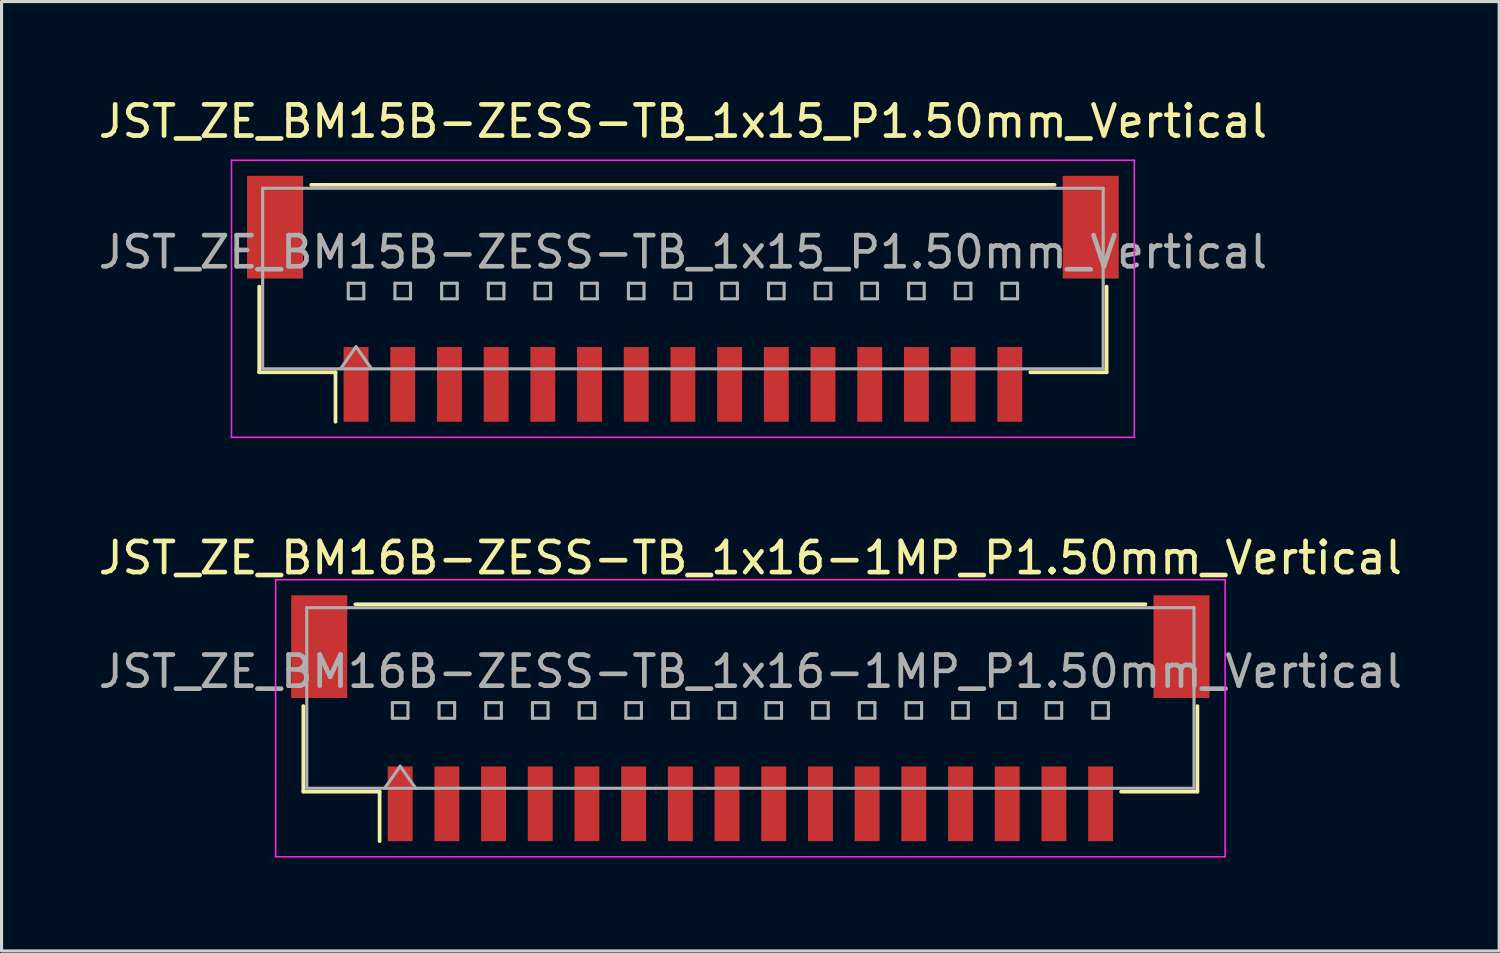
<source format=kicad_pcb>
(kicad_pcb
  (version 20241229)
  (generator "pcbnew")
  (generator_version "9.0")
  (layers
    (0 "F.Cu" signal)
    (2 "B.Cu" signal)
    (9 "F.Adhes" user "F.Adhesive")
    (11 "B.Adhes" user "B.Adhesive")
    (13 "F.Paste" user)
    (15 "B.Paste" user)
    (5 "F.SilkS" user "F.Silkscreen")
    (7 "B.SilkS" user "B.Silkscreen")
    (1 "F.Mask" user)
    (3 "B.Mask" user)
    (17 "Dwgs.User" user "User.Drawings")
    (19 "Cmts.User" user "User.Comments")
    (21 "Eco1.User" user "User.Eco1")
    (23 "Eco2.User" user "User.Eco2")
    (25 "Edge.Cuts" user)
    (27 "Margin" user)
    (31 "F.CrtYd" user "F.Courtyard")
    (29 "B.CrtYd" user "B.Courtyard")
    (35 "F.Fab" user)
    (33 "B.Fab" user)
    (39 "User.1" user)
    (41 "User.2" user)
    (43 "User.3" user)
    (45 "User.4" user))
  (footprint "JST_ZE_BM16B-ZESS-TB_1x16-1MP_P1.50mm_Vertical"
    (layer "F.Cu")
    (at 21.054 20.021)
    (property "Reference" "JST_ZE_BM16B-ZESS-TB_1x16-1MP_P1.50mm_Vertical" (at 0 -5.15 0) (layer "F.SilkS") (effects (font (size 1 1) (thickness 0.15))))
    (attr smd)
    (fp_line (start -14.36 -0.39) (end -14.36 2.36) (stroke (width 0.12) (type solid)) (layer "F.SilkS"))
    (fp_line (start -14.36 2.36) (end -11.91 2.36) (stroke (width 0.12) (type solid)) (layer "F.SilkS"))
    (fp_line (start -12.69 -3.66) (end 12.69 -3.66) (stroke (width 0.12) (type solid)) (layer "F.SilkS"))
    (fp_line (start -11.91 2.36) (end -11.91 3.95) (stroke (width 0.12) (type solid)) (layer "F.SilkS"))
    (fp_line (start 14.36 -0.39) (end 14.36 2.36) (stroke (width 0.12) (type solid)) (layer "F.SilkS"))
    (fp_line (start 14.36 2.36) (end 11.91 2.36) (stroke (width 0.12) (type solid)) (layer "F.SilkS"))
    (fp_line (start -15.25 -4.45) (end -15.25 4.45) (stroke (width 0.05) (type solid)) (layer "F.CrtYd"))
    (fp_line (start -15.25 4.45) (end 15.25 4.45) (stroke (width 0.05) (type solid)) (layer "F.CrtYd"))
    (fp_line (start 15.25 -4.45) (end -15.25 -4.45) (stroke (width 0.05) (type solid)) (layer "F.CrtYd"))
    (fp_line (start 15.25 4.45) (end 15.25 -4.45) (stroke (width 0.05) (type solid)) (layer "F.CrtYd"))
    (fp_line (start -14.25 -3.55) (end 14.25 -3.55) (stroke (width 0.1) (type solid)) (layer "F.Fab"))
    (fp_line (start -14.25 2.25) (end -14.25 -3.55) (stroke (width 0.1) (type solid)) (layer "F.Fab"))
    (fp_line (start -14.25 2.25) (end 14.25 2.25) (stroke (width 0.1) (type solid)) (layer "F.Fab"))
    (fp_line (start -11.75 2.25) (end -11.25 1.543) (stroke (width 0.1) (type solid)) (layer "F.Fab"))
    (fp_line (start -11.5 -0.5) (end -11.5 0) (stroke (width 0.1) (type solid)) (layer "F.Fab"))
    (fp_line (start -11.5 0) (end -11 0) (stroke (width 0.1) (type solid)) (layer "F.Fab"))
    (fp_line (start -11.25 1.543) (end -10.75 2.25) (stroke (width 0.1) (type solid)) (layer "F.Fab"))
    (fp_line (start -11 -0.5) (end -11.5 -0.5) (stroke (width 0.1) (type solid)) (layer "F.Fab"))
    (fp_line (start -11 0) (end -11 -0.5) (stroke (width 0.1) (type solid)) (layer "F.Fab"))
    (fp_line (start -10 -0.5) (end -10 0) (stroke (width 0.1) (type solid)) (layer "F.Fab"))
    (fp_line (start -10 0) (end -9.5 0) (stroke (width 0.1) (type solid)) (layer "F.Fab"))
    (fp_line (start -9.5 -0.5) (end -10 -0.5) (stroke (width 0.1) (type solid)) (layer "F.Fab"))
    (fp_line (start -9.5 0) (end -9.5 -0.5) (stroke (width 0.1) (type solid)) (layer "F.Fab"))
    (fp_line (start -8.5 -0.5) (end -8.5 0) (stroke (width 0.1) (type solid)) (layer "F.Fab"))
    (fp_line (start -8.5 0) (end -8 0) (stroke (width 0.1) (type solid)) (layer "F.Fab"))
    (fp_line (start -8 -0.5) (end -8.5 -0.5) (stroke (width 0.1) (type solid)) (layer "F.Fab"))
    (fp_line (start -8 0) (end -8 -0.5) (stroke (width 0.1) (type solid)) (layer "F.Fab"))
    (fp_line (start -7 -0.5) (end -7 0) (stroke (width 0.1) (type solid)) (layer "F.Fab"))
    (fp_line (start -7 0) (end -6.5 0) (stroke (width 0.1) (type solid)) (layer "F.Fab"))
    (fp_line (start -6.5 -0.5) (end -7 -0.5) (stroke (width 0.1) (type solid)) (layer "F.Fab"))
    (fp_line (start -6.5 0) (end -6.5 -0.5) (stroke (width 0.1) (type solid)) (layer "F.Fab"))
    (fp_line (start -5.5 -0.5) (end -5.5 0) (stroke (width 0.1) (type solid)) (layer "F.Fab"))
    (fp_line (start -5.5 0) (end -5 0) (stroke (width 0.1) (type solid)) (layer "F.Fab"))
    (fp_line (start -5 -0.5) (end -5.5 -0.5) (stroke (width 0.1) (type solid)) (layer "F.Fab"))
    (fp_line (start -5 0) (end -5 -0.5) (stroke (width 0.1) (type solid)) (layer "F.Fab"))
    (fp_line (start -4 -0.5) (end -4 0) (stroke (width 0.1) (type solid)) (layer "F.Fab"))
    (fp_line (start -4 0) (end -3.5 0) (stroke (width 0.1) (type solid)) (layer "F.Fab"))
    (fp_line (start -3.5 -0.5) (end -4 -0.5) (stroke (width 0.1) (type solid)) (layer "F.Fab"))
    (fp_line (start -3.5 0) (end -3.5 -0.5) (stroke (width 0.1) (type solid)) (layer "F.Fab"))
    (fp_line (start -2.5 -0.5) (end -2.5 0) (stroke (width 0.1) (type solid)) (layer "F.Fab"))
    (fp_line (start -2.5 0) (end -2 0) (stroke (width 0.1) (type solid)) (layer "F.Fab"))
    (fp_line (start -2 -0.5) (end -2.5 -0.5) (stroke (width 0.1) (type solid)) (layer "F.Fab"))
    (fp_line (start -2 0) (end -2 -0.5) (stroke (width 0.1) (type solid)) (layer "F.Fab"))
    (fp_line (start -1 -0.5) (end -1 0) (stroke (width 0.1) (type solid)) (layer "F.Fab"))
    (fp_line (start -1 0) (end -0.5 0) (stroke (width 0.1) (type solid)) (layer "F.Fab"))
    (fp_line (start -0.5 -0.5) (end -1 -0.5) (stroke (width 0.1) (type solid)) (layer "F.Fab"))
    (fp_line (start -0.5 0) (end -0.5 -0.5) (stroke (width 0.1) (type solid)) (layer "F.Fab"))
    (fp_line (start 0.5 -0.5) (end 0.5 0) (stroke (width 0.1) (type solid)) (layer "F.Fab"))
    (fp_line (start 0.5 0) (end 1 0) (stroke (width 0.1) (type solid)) (layer "F.Fab"))
    (fp_line (start 1 -0.5) (end 0.5 -0.5) (stroke (width 0.1) (type solid)) (layer "F.Fab"))
    (fp_line (start 1 0) (end 1 -0.5) (stroke (width 0.1) (type solid)) (layer "F.Fab"))
    (fp_line (start 2 -0.5) (end 2 0) (stroke (width 0.1) (type solid)) (layer "F.Fab"))
    (fp_line (start 2 0) (end 2.5 0) (stroke (width 0.1) (type solid)) (layer "F.Fab"))
    (fp_line (start 2.5 -0.5) (end 2 -0.5) (stroke (width 0.1) (type solid)) (layer "F.Fab"))
    (fp_line (start 2.5 0) (end 2.5 -0.5) (stroke (width 0.1) (type solid)) (layer "F.Fab"))
    (fp_line (start 3.5 -0.5) (end 3.5 0) (stroke (width 0.1) (type solid)) (layer "F.Fab"))
    (fp_line (start 3.5 0) (end 4 0) (stroke (width 0.1) (type solid)) (layer "F.Fab"))
    (fp_line (start 4 -0.5) (end 3.5 -0.5) (stroke (width 0.1) (type solid)) (layer "F.Fab"))
    (fp_line (start 4 0) (end 4 -0.5) (stroke (width 0.1) (type solid)) (layer "F.Fab"))
    (fp_line (start 5 -0.5) (end 5 0) (stroke (width 0.1) (type solid)) (layer "F.Fab"))
    (fp_line (start 5 0) (end 5.5 0) (stroke (width 0.1) (type solid)) (layer "F.Fab"))
    (fp_line (start 5.5 -0.5) (end 5 -0.5) (stroke (width 0.1) (type solid)) (layer "F.Fab"))
    (fp_line (start 5.5 0) (end 5.5 -0.5) (stroke (width 0.1) (type solid)) (layer "F.Fab"))
    (fp_line (start 6.5 -0.5) (end 6.5 0) (stroke (width 0.1) (type solid)) (layer "F.Fab"))
    (fp_line (start 6.5 0) (end 7 0) (stroke (width 0.1) (type solid)) (layer "F.Fab"))
    (fp_line (start 7 -0.5) (end 6.5 -0.5) (stroke (width 0.1) (type solid)) (layer "F.Fab"))
    (fp_line (start 7 0) (end 7 -0.5) (stroke (width 0.1) (type solid)) (layer "F.Fab"))
    (fp_line (start 8 -0.5) (end 8 0) (stroke (width 0.1) (type solid)) (layer "F.Fab"))
    (fp_line (start 8 0) (end 8.5 0) (stroke (width 0.1) (type solid)) (layer "F.Fab"))
    (fp_line (start 8.5 -0.5) (end 8 -0.5) (stroke (width 0.1) (type solid)) (layer "F.Fab"))
    (fp_line (start 8.5 0) (end 8.5 -0.5) (stroke (width 0.1) (type solid)) (layer "F.Fab"))
    (fp_line (start 9.5 -0.5) (end 9.5 0) (stroke (width 0.1) (type solid)) (layer "F.Fab"))
    (fp_line (start 9.5 0) (end 10 0) (stroke (width 0.1) (type solid)) (layer "F.Fab"))
    (fp_line (start 10 -0.5) (end 9.5 -0.5) (stroke (width 0.1) (type solid)) (layer "F.Fab"))
    (fp_line (start 10 0) (end 10 -0.5) (stroke (width 0.1) (type solid)) (layer "F.Fab"))
    (fp_line (start 11 -0.5) (end 11 0) (stroke (width 0.1) (type solid)) (layer "F.Fab"))
    (fp_line (start 11 0) (end 11.5 0) (stroke (width 0.1) (type solid)) (layer "F.Fab"))
    (fp_line (start 11.5 -0.5) (end 11 -0.5) (stroke (width 0.1) (type solid)) (layer "F.Fab"))
    (fp_line (start 11.5 0) (end 11.5 -0.5) (stroke (width 0.1) (type solid)) (layer "F.Fab"))
    (fp_line (start 14.25 2.25) (end 14.25 -3.55) (stroke (width 0.1) (type solid)) (layer "F.Fab"))
    (fp_text user "${REFERENCE}" (at 0 -1.5 0) (layer "F.Fab") (effects (font (size 1 1) (thickness 0.15))))
    (pad "1" smd rect (at -11.25 2.75) (size 0.8 2.4) (layers "F.Cu" "F.Mask" "F.Paste"))
    (pad "2" smd rect (at -9.75 2.75) (size 0.8 2.4) (layers "F.Cu" "F.Mask" "F.Paste"))
    (pad "3" smd rect (at -8.25 2.75) (size 0.8 2.4) (layers "F.Cu" "F.Mask" "F.Paste"))
    (pad "4" smd rect (at -6.75 2.75) (size 0.8 2.4) (layers "F.Cu" "F.Mask" "F.Paste"))
    (pad "5" smd rect (at -5.25 2.75) (size 0.8 2.4) (layers "F.Cu" "F.Mask" "F.Paste"))
    (pad "6" smd rect (at -3.75 2.75) (size 0.8 2.4) (layers "F.Cu" "F.Mask" "F.Paste"))
    (pad "7" smd rect (at -2.25 2.75) (size 0.8 2.4) (layers "F.Cu" "F.Mask" "F.Paste"))
    (pad "8" smd rect (at -0.75 2.75) (size 0.8 2.4) (layers "F.Cu" "F.Mask" "F.Paste"))
    (pad "9" smd rect (at 0.75 2.75) (size 0.8 2.4) (layers "F.Cu" "F.Mask" "F.Paste"))
    (pad "10" smd rect (at 2.25 2.75) (size 0.8 2.4) (layers "F.Cu" "F.Mask" "F.Paste"))
    (pad "11" smd rect (at 3.75 2.75) (size 0.8 2.4) (layers "F.Cu" "F.Mask" "F.Paste"))
    (pad "12" smd rect (at 5.25 2.75) (size 0.8 2.4) (layers "F.Cu" "F.Mask" "F.Paste"))
    (pad "13" smd rect (at 6.75 2.75) (size 0.8 2.4) (layers "F.Cu" "F.Mask" "F.Paste"))
    (pad "14" smd rect (at 8.25 2.75) (size 0.8 2.4) (layers "F.Cu" "F.Mask" "F.Paste"))
    (pad "15" smd rect (at 9.75 2.75) (size 0.8 2.4) (layers "F.Cu" "F.Mask" "F.Paste"))
    (pad "16" smd rect (at 11.25 2.75) (size 0.8 2.4) (layers "F.Cu" "F.Mask" "F.Paste"))
    (pad "MP" smd rect (at -13.85 -2.3) (size 1.8 3.3) (layers "F.Cu" "F.Mask" "F.Paste"))
    (pad "MP" smd rect (at 13.85 -2.3) (size 1.8 3.3) (layers "F.Cu" "F.Mask" "F.Paste")))
  (footprint "JST_ZE_BM15B-ZESS-TB_1x15_P1.50mm_Vertical"
    (layer "F.Cu")
    (at 18.887 6.548)
    (property "Reference" "JST_ZE_BM15B-ZESS-TB_1x15_P1.50mm_Vertical" (at 0 -5.7 0) (layer "F.SilkS") (effects (font (size 1 1) (thickness 0.15))))
    (attr smd)
    (fp_line (start -13.61 -0.39) (end -13.61 2.36) (stroke (width 0.12) (type solid)) (layer "F.SilkS"))
    (fp_line (start -13.61 2.36) (end -11.16 2.36) (stroke (width 0.12) (type solid)) (layer "F.SilkS"))
    (fp_line (start -11.94 -3.66) (end 11.94 -3.66) (stroke (width 0.12) (type solid)) (layer "F.SilkS"))
    (fp_line (start -11.16 2.36) (end -11.16 3.95) (stroke (width 0.12) (type solid)) (layer "F.SilkS"))
    (fp_line (start 13.61 -0.39) (end 13.61 2.36) (stroke (width 0.12) (type solid)) (layer "F.SilkS"))
    (fp_line (start 13.61 2.36) (end 11.16 2.36) (stroke (width 0.12) (type solid)) (layer "F.SilkS"))
    (fp_line (start -14.5 -4.45) (end -14.5 4.45) (stroke (width 0.05) (type solid)) (layer "F.CrtYd"))
    (fp_line (start -14.5 4.45) (end 14.5 4.45) (stroke (width 0.05) (type solid)) (layer "F.CrtYd"))
    (fp_line (start 14.5 -4.45) (end -14.5 -4.45) (stroke (width 0.05) (type solid)) (layer "F.CrtYd"))
    (fp_line (start 14.5 4.45) (end 14.5 -4.45) (stroke (width 0.05) (type solid)) (layer "F.CrtYd"))
    (fp_line (start -13.5 -3.55) (end 13.5 -3.55) (stroke (width 0.1) (type solid)) (layer "F.Fab"))
    (fp_line (start -13.5 2.25) (end -13.5 -3.55) (stroke (width 0.1) (type solid)) (layer "F.Fab"))
    (fp_line (start -13.5 2.25) (end 13.5 2.25) (stroke (width 0.1) (type solid)) (layer "F.Fab"))
    (fp_line (start -11 2.25) (end -10.5 1.543) (stroke (width 0.1) (type solid)) (layer "F.Fab"))
    (fp_line (start -10.75 -0.5) (end -10.75 0) (stroke (width 0.1) (type solid)) (layer "F.Fab"))
    (fp_line (start -10.75 0) (end -10.25 0) (stroke (width 0.1) (type solid)) (layer "F.Fab"))
    (fp_line (start -10.5 1.543) (end -10 2.25) (stroke (width 0.1) (type solid)) (layer "F.Fab"))
    (fp_line (start -10.25 -0.5) (end -10.75 -0.5) (stroke (width 0.1) (type solid)) (layer "F.Fab"))
    (fp_line (start -10.25 0) (end -10.25 -0.5) (stroke (width 0.1) (type solid)) (layer "F.Fab"))
    (fp_line (start -9.25 -0.5) (end -9.25 0) (stroke (width 0.1) (type solid)) (layer "F.Fab"))
    (fp_line (start -9.25 0) (end -8.75 0) (stroke (width 0.1) (type solid)) (layer "F.Fab"))
    (fp_line (start -8.75 -0.5) (end -9.25 -0.5) (stroke (width 0.1) (type solid)) (layer "F.Fab"))
    (fp_line (start -8.75 0) (end -8.75 -0.5) (stroke (width 0.1) (type solid)) (layer "F.Fab"))
    (fp_line (start -7.75 -0.5) (end -7.75 0) (stroke (width 0.1) (type solid)) (layer "F.Fab"))
    (fp_line (start -7.75 0) (end -7.25 0) (stroke (width 0.1) (type solid)) (layer "F.Fab"))
    (fp_line (start -7.25 -0.5) (end -7.75 -0.5) (stroke (width 0.1) (type solid)) (layer "F.Fab"))
    (fp_line (start -7.25 0) (end -7.25 -0.5) (stroke (width 0.1) (type solid)) (layer "F.Fab"))
    (fp_line (start -6.25 -0.5) (end -6.25 0) (stroke (width 0.1) (type solid)) (layer "F.Fab"))
    (fp_line (start -6.25 0) (end -5.75 0) (stroke (width 0.1) (type solid)) (layer "F.Fab"))
    (fp_line (start -5.75 -0.5) (end -6.25 -0.5) (stroke (width 0.1) (type solid)) (layer "F.Fab"))
    (fp_line (start -5.75 0) (end -5.75 -0.5) (stroke (width 0.1) (type solid)) (layer "F.Fab"))
    (fp_line (start -4.75 -0.5) (end -4.75 0) (stroke (width 0.1) (type solid)) (layer "F.Fab"))
    (fp_line (start -4.75 0) (end -4.25 0) (stroke (width 0.1) (type solid)) (layer "F.Fab"))
    (fp_line (start -4.25 -0.5) (end -4.75 -0.5) (stroke (width 0.1) (type solid)) (layer "F.Fab"))
    (fp_line (start -4.25 0) (end -4.25 -0.5) (stroke (width 0.1) (type solid)) (layer "F.Fab"))
    (fp_line (start -3.25 -0.5) (end -3.25 0) (stroke (width 0.1) (type solid)) (layer "F.Fab"))
    (fp_line (start -3.25 0) (end -2.75 0) (stroke (width 0.1) (type solid)) (layer "F.Fab"))
    (fp_line (start -2.75 -0.5) (end -3.25 -0.5) (stroke (width 0.1) (type solid)) (layer "F.Fab"))
    (fp_line (start -2.75 0) (end -2.75 -0.5) (stroke (width 0.1) (type solid)) (layer "F.Fab"))
    (fp_line (start -1.75 -0.5) (end -1.75 0) (stroke (width 0.1) (type solid)) (layer "F.Fab"))
    (fp_line (start -1.75 0) (end -1.25 0) (stroke (width 0.1) (type solid)) (layer "F.Fab"))
    (fp_line (start -1.25 -0.5) (end -1.75 -0.5) (stroke (width 0.1) (type solid)) (layer "F.Fab"))
    (fp_line (start -1.25 0) (end -1.25 -0.5) (stroke (width 0.1) (type solid)) (layer "F.Fab"))
    (fp_line (start -0.25 -0.5) (end -0.25 0) (stroke (width 0.1) (type solid)) (layer "F.Fab"))
    (fp_line (start -0.25 0) (end 0.25 0) (stroke (width 0.1) (type solid)) (layer "F.Fab"))
    (fp_line (start 0.25 -0.5) (end -0.25 -0.5) (stroke (width 0.1) (type solid)) (layer "F.Fab"))
    (fp_line (start 0.25 0) (end 0.25 -0.5) (stroke (width 0.1) (type solid)) (layer "F.Fab"))
    (fp_line (start 1.25 -0.5) (end 1.25 0) (stroke (width 0.1) (type solid)) (layer "F.Fab"))
    (fp_line (start 1.25 0) (end 1.75 0) (stroke (width 0.1) (type solid)) (layer "F.Fab"))
    (fp_line (start 1.75 -0.5) (end 1.25 -0.5) (stroke (width 0.1) (type solid)) (layer "F.Fab"))
    (fp_line (start 1.75 0) (end 1.75 -0.5) (stroke (width 0.1) (type solid)) (layer "F.Fab"))
    (fp_line (start 2.75 -0.5) (end 2.75 0) (stroke (width 0.1) (type solid)) (layer "F.Fab"))
    (fp_line (start 2.75 0) (end 3.25 0) (stroke (width 0.1) (type solid)) (layer "F.Fab"))
    (fp_line (start 3.25 -0.5) (end 2.75 -0.5) (stroke (width 0.1) (type solid)) (layer "F.Fab"))
    (fp_line (start 3.25 0) (end 3.25 -0.5) (stroke (width 0.1) (type solid)) (layer "F.Fab"))
    (fp_line (start 4.25 -0.5) (end 4.25 0) (stroke (width 0.1) (type solid)) (layer "F.Fab"))
    (fp_line (start 4.25 0) (end 4.75 0) (stroke (width 0.1) (type solid)) (layer "F.Fab"))
    (fp_line (start 4.75 -0.5) (end 4.25 -0.5) (stroke (width 0.1) (type solid)) (layer "F.Fab"))
    (fp_line (start 4.75 0) (end 4.75 -0.5) (stroke (width 0.1) (type solid)) (layer "F.Fab"))
    (fp_line (start 5.75 -0.5) (end 5.75 0) (stroke (width 0.1) (type solid)) (layer "F.Fab"))
    (fp_line (start 5.75 0) (end 6.25 0) (stroke (width 0.1) (type solid)) (layer "F.Fab"))
    (fp_line (start 6.25 -0.5) (end 5.75 -0.5) (stroke (width 0.1) (type solid)) (layer "F.Fab"))
    (fp_line (start 6.25 0) (end 6.25 -0.5) (stroke (width 0.1) (type solid)) (layer "F.Fab"))
    (fp_line (start 7.25 -0.5) (end 7.25 0) (stroke (width 0.1) (type solid)) (layer "F.Fab"))
    (fp_line (start 7.25 0) (end 7.75 0) (stroke (width 0.1) (type solid)) (layer "F.Fab"))
    (fp_line (start 7.75 -0.5) (end 7.25 -0.5) (stroke (width 0.1) (type solid)) (layer "F.Fab"))
    (fp_line (start 7.75 0) (end 7.75 -0.5) (stroke (width 0.1) (type solid)) (layer "F.Fab"))
    (fp_line (start 8.75 -0.5) (end 8.75 0) (stroke (width 0.1) (type solid)) (layer "F.Fab"))
    (fp_line (start 8.75 0) (end 9.25 0) (stroke (width 0.1) (type solid)) (layer "F.Fab"))
    (fp_line (start 9.25 -0.5) (end 8.75 -0.5) (stroke (width 0.1) (type solid)) (layer "F.Fab"))
    (fp_line (start 9.25 0) (end 9.25 -0.5) (stroke (width 0.1) (type solid)) (layer "F.Fab"))
    (fp_line (start 10.25 -0.5) (end 10.25 0) (stroke (width 0.1) (type solid)) (layer "F.Fab"))
    (fp_line (start 10.25 0) (end 10.75 0) (stroke (width 0.1) (type solid)) (layer "F.Fab"))
    (fp_line (start 10.75 -0.5) (end 10.25 -0.5) (stroke (width 0.1) (type solid)) (layer "F.Fab"))
    (fp_line (start 10.75 0) (end 10.75 -0.5) (stroke (width 0.1) (type solid)) (layer "F.Fab"))
    (fp_line (start 13.5 2.25) (end 13.5 -3.55) (stroke (width 0.1) (type solid)) (layer "F.Fab"))
    (fp_text user "${REFERENCE}" (at 0 -1.5 0) (layer "F.Fab") (effects (font (size 1 1) (thickness 0.15))))
    (pad "" smd rect (at -13.1 -2.3) (size 1.8 3.3) (layers "F.Cu" "F.Mask" "F.Paste"))
    (pad "" smd rect (at 13.1 -2.3) (size 1.8 3.3) (layers "F.Cu" "F.Mask" "F.Paste"))
    (pad "1" smd rect (at -10.5 2.75) (size 0.8 2.4) (layers "F.Cu" "F.Mask" "F.Paste"))
    (pad "2" smd rect (at -9 2.75) (size 0.8 2.4) (layers "F.Cu" "F.Mask" "F.Paste"))
    (pad "3" smd rect (at -7.5 2.75) (size 0.8 2.4) (layers "F.Cu" "F.Mask" "F.Paste"))
    (pad "4" smd rect (at -6 2.75) (size 0.8 2.4) (layers "F.Cu" "F.Mask" "F.Paste"))
    (pad "5" smd rect (at -4.5 2.75) (size 0.8 2.4) (layers "F.Cu" "F.Mask" "F.Paste"))
    (pad "6" smd rect (at -3 2.75) (size 0.8 2.4) (layers "F.Cu" "F.Mask" "F.Paste"))
    (pad "7" smd rect (at -1.5 2.75) (size 0.8 2.4) (layers "F.Cu" "F.Mask" "F.Paste"))
    (pad "8" smd rect (at 0 2.75) (size 0.8 2.4) (layers "F.Cu" "F.Mask" "F.Paste"))
    (pad "9" smd rect (at 1.5 2.75) (size 0.8 2.4) (layers "F.Cu" "F.Mask" "F.Paste"))
    (pad "10" smd rect (at 3 2.75) (size 0.8 2.4) (layers "F.Cu" "F.Mask" "F.Paste"))
    (pad "11" smd rect (at 4.5 2.75) (size 0.8 2.4) (layers "F.Cu" "F.Mask" "F.Paste"))
    (pad "12" smd rect (at 6 2.75) (size 0.8 2.4) (layers "F.Cu" "F.Mask" "F.Paste"))
    (pad "13" smd rect (at 7.5 2.75) (size 0.8 2.4) (layers "F.Cu" "F.Mask" "F.Paste"))
    (pad "14" smd rect (at 9 2.75) (size 0.8 2.4) (layers "F.Cu" "F.Mask" "F.Paste"))
    (pad "15" smd rect (at 10.5 2.75) (size 0.8 2.4) (layers "F.Cu" "F.Mask" "F.Paste")))
  (gr_rect
    (start -3 -3)
    (end 45.107 27.497)
    (stroke (width 0.1) (type default))
    (fill no)
    (layer "Edge.Cuts")))
</source>
